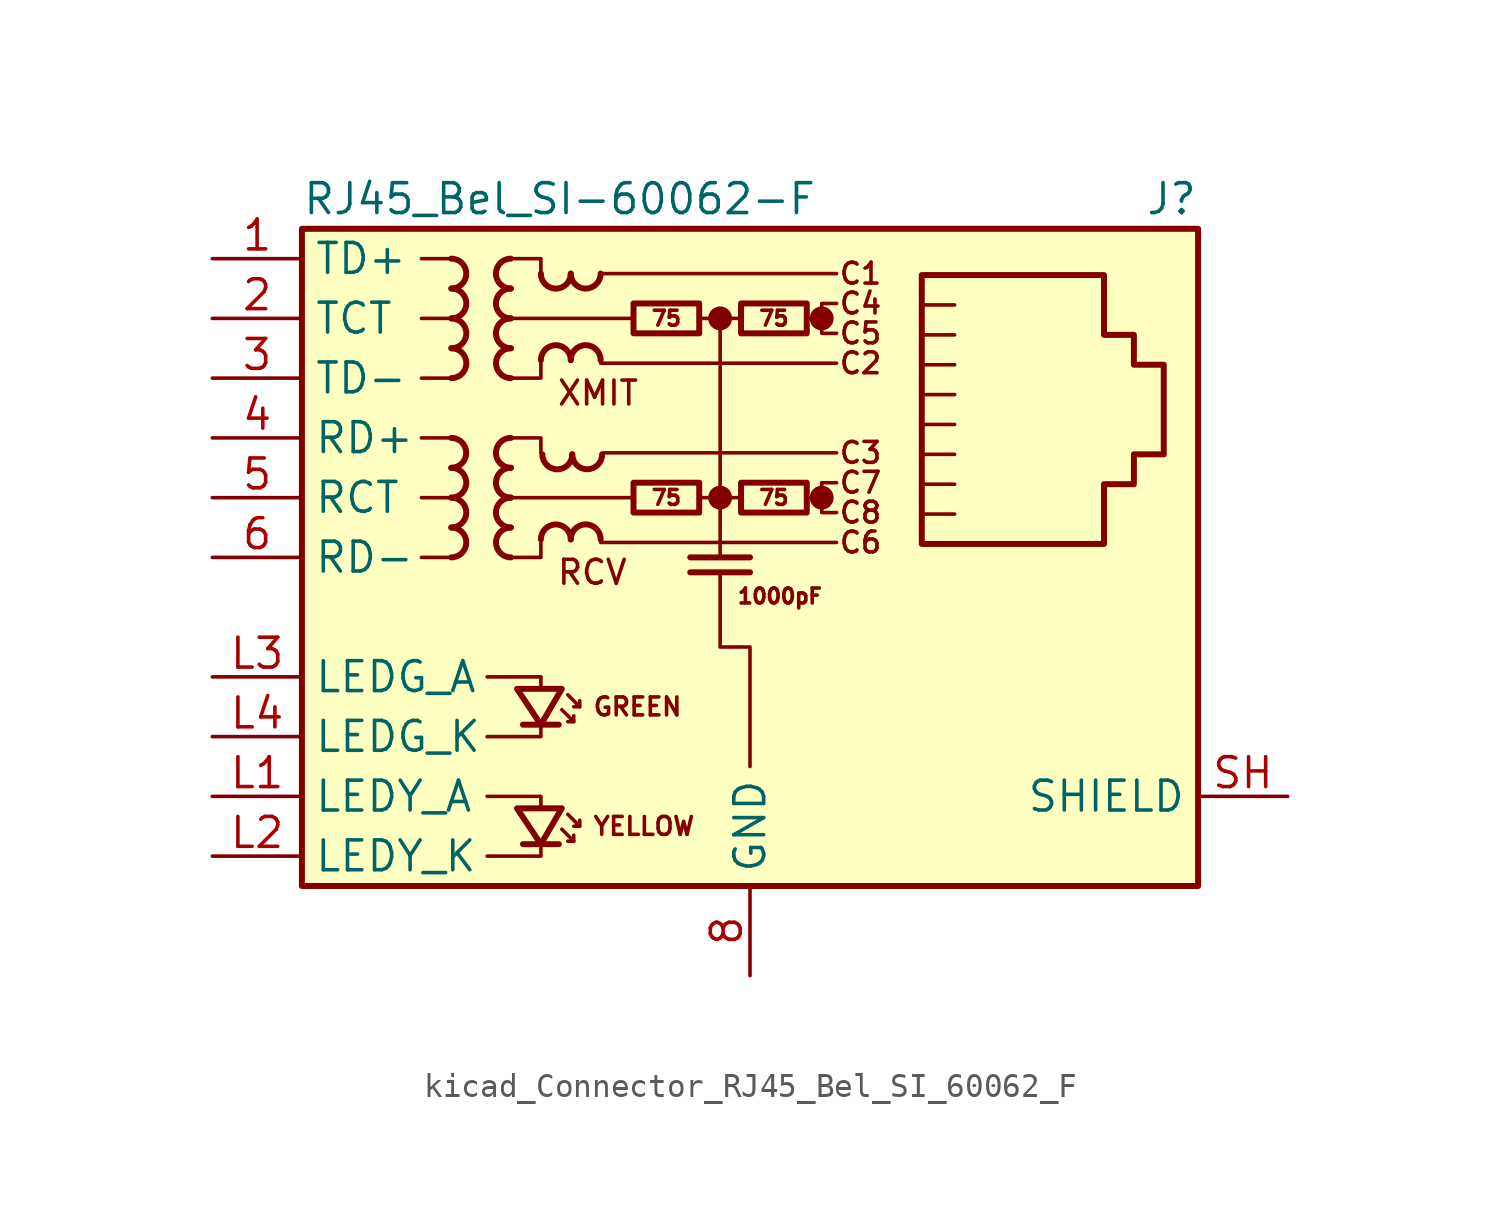
<source format=kicad_sym>
(kicad_symbol_lib
  (version 20220914)
  (generator kicad_symbol_editor)
  (symbol "kicad_Connector_RJ45_Bel_SI_60062_F"
    (property "Reference" "J"
      (at 19.05 15.24 0)
      (effects (font (size 1.27 1.27)) (justify right)))
    (property "Value" "RJ45_Bel_SI-60062-F"
      (at -19.05 15.24 0)
      (effects (font (size 1.27 1.27)) (justify left)))
    (symbol "kicad_Connector_RJ45_Bel_SI_60062_F_0_0"
      (circle (center -1.27 2.54) (radius 0.0001) (stroke (width 0.508) (type default)) (fill (type none)))
      (circle (center -1.27 10.16) (radius 0.0001) (stroke (width 0.508) (type default)) (fill (type none)))
      (polyline (pts (xy -1.27 10.16) (xy -1.27 0)) (stroke (width 0) (type default)) (fill (type none)))
      (polyline (pts (xy 0 -0.635) (xy -2.54 -0.635)) (stroke (width 0.254) (type default)) (fill (type none)))
      (polyline (pts (xy 0 0) (xy -2.54 0)) (stroke (width 0.254) (type default)) (fill (type none)))
      (polyline (pts (xy 3.048 2.54) (xy 2.54 2.54)) (stroke (width 0) (type default)) (fill (type none)))
      (polyline (pts (xy 3.048 10.16) (xy 2.54 10.16)) (stroke (width 0) (type default)) (fill (type none)))
      (polyline (pts (xy -11.176 -12.7) (xy -8.89 -12.7) (xy -8.89 -12.065)) (stroke (width 0) (type default)) (fill (type none)))
      (polyline (pts (xy -11.176 -10.16) (xy -8.89 -10.16) (xy -8.89 -10.668)) (stroke (width 0) (type default)) (fill (type none)))
      (polyline (pts (xy -11.176 -5.08) (xy -8.89 -5.08) (xy -8.89 -5.588)) (stroke (width 0) (type default)) (fill (type none)))
      (polyline (pts (xy -8.89 -6.985) (xy -8.89 -7.62) (xy -11.176 -7.62)) (stroke (width 0) (type default)) (fill (type none)))
      (polyline (pts (xy -1.27 -0.635) (xy -1.27 -3.81) (xy 0 -3.81) (xy 0 -8.89)) (stroke (width 0) (type default)) (fill (type none)))
      (polyline (pts (xy 3.683 3.175) (xy 3.048 3.175) (xy 3.048 1.905) (xy 3.683 1.905)) (stroke (width 0) (type default)) (fill (type none)))
      (polyline (pts (xy 3.683 10.795) (xy 3.048 10.795) (xy 3.048 9.525) (xy 3.683 9.525)) (stroke (width 0) (type default)) (fill (type none)))
      (circle (center 3.048 2.54) (radius 0.0001) (stroke (width 0.508) (type default)) (fill (type none)))
      (circle (center 3.048 10.16) (radius 0.0001) (stroke (width 0.508) (type default)) (fill (type none)))
      (text "C1" (at 4.699 12.065 0) (effects (font (size 0.889 0.889))))
      (text "C2" (at 4.699 8.255 0) (effects (font (size 0.889 0.889))))
      (text "C3" (at 4.699 4.445 0) (effects (font (size 0.889 0.889))))
      (text "C4" (at 4.699 10.795 0) (effects (font (size 0.889 0.889))))
      (text "C5" (at 4.699 9.525 0) (effects (font (size 0.889 0.889))))
      (text "C6" (at 4.699 0.635 0) (effects (font (size 0.889 0.889))))
      (text "C7" (at 4.699 3.175 0) (effects (font (size 0.889 0.889))))
      (text "C8" (at 4.699 1.905 0) (effects (font (size 0.889 0.889))))
      (text "GREEN" (at -6.731 -6.35 0) (effects (font (size 0.762 0.762)) (justify left)))
      (text "RCV" (at -8.255 -0.635 0) (effects (font (size 1.016 1.016)) (justify left)))
      (text "XMIT" (at -8.255 6.985 0) (effects (font (size 1.016 1.016)) (justify left)))
      (text "YELLOW" (at -6.731 -11.43 0) (effects (font (size 0.762 0.762)) (justify left))))
    (symbol "kicad_Connector_RJ45_Bel_SI_60062_F_0_1"
      (rectangle (start -19.05 -13.97) (end 19.05 13.97) (stroke (width 0.254) (type default)) (fill (type background)))
      (polyline (pts (xy -12.7 0) (xy -13.97 0)) (stroke (width 0) (type default)) (fill (type none)))
      (polyline (pts (xy -12.7 2.54) (xy -13.97 2.54)) (stroke (width 0) (type default)) (fill (type none)))
      (polyline (pts (xy -12.7 5.08) (xy -13.97 5.08)) (stroke (width 0) (type default)) (fill (type none)))
      (polyline (pts (xy -12.7 7.62) (xy -13.97 7.62)) (stroke (width 0) (type default)) (fill (type none)))
      (polyline (pts (xy -12.7 10.16) (xy -13.97 10.16)) (stroke (width 0) (type default)) (fill (type none)))
      (polyline (pts (xy -12.7 12.7) (xy -13.97 12.7)) (stroke (width 0) (type default)) (fill (type none)))
      (polyline (pts (xy -6.35 0.635) (xy 3.683 0.635)) (stroke (width 0) (type default)) (fill (type none)))
      (polyline (pts (xy -6.35 8.255) (xy 3.683 8.255)) (stroke (width 0) (type default)) (fill (type none)))
      (polyline (pts (xy -6.35 12.065) (xy 3.683 12.065)) (stroke (width 0) (type default)) (fill (type none)))
      (polyline (pts (xy -6.223 4.445) (xy 3.683 4.445)) (stroke (width 0) (type default)) (fill (type none)))
      (polyline (pts (xy -5.08 2.54) (xy -10.16 2.54)) (stroke (width 0) (type default)) (fill (type none)))
      (polyline (pts (xy -4.953 10.16) (xy -10.16 10.16)) (stroke (width 0) (type default)) (fill (type none)))
      (polyline (pts (xy -2.159 2.54) (xy -0.381 2.54)) (stroke (width 0) (type default)) (fill (type none)))
      (polyline (pts (xy -2.159 10.16) (xy -0.381 10.16)) (stroke (width 0) (type default)) (fill (type none)))
      (polyline (pts (xy 7.429 3.111) (xy 8.7 3.111)) (stroke (width 0) (type default)) (fill (type none)))
      (polyline (pts (xy 7.429 4.381) (xy 8.7 4.381)) (stroke (width 0) (type default)) (fill (type none)))
      (polyline (pts (xy 7.429 5.652) (xy 8.7 5.652)) (stroke (width 0) (type default)) (fill (type none)))
      (polyline (pts (xy 7.429 6.921) (xy 8.7 6.921)) (stroke (width 0) (type default)) (fill (type none)))
      (polyline (pts (xy 7.429 8.191) (xy 8.7 8.191)) (stroke (width 0) (type default)) (fill (type none)))
      (polyline (pts (xy 8.7 1.841) (xy 7.429 1.841)) (stroke (width 0) (type default)) (fill (type none)))
      (polyline (pts (xy 8.7 9.461) (xy 7.429 9.461)) (stroke (width 0) (type default)) (fill (type none)))
      (polyline (pts (xy 8.7 10.732) (xy 7.429 10.732)) (stroke (width 0) (type default)) (fill (type none)))
      (polyline (pts (xy -10.16 5.08) (xy -8.89 5.08) (xy -8.89 4.445)) (stroke (width 0) (type default)) (fill (type none)))
      (polyline (pts (xy -10.16 12.7) (xy -8.89 12.7) (xy -8.89 12.065)) (stroke (width 0) (type default)) (fill (type none)))
      (polyline (pts (xy -8.89 0.635) (xy -8.89 0) (xy -10.16 0)) (stroke (width 0) (type default)) (fill (type none)))
      (polyline (pts (xy -8.89 8.255) (xy -8.89 7.62) (xy -10.16 7.62)) (stroke (width 0) (type default)) (fill (type none))))
    (symbol "kicad_Connector_RJ45_Bel_SI_60062_F_1_0"
      (text "1000pF" (at 1.27 -1.651 0) (effects (font (size 0.635 0.635)))))
    (symbol "kicad_Connector_RJ45_Bel_SI_60062_F_1_1"
      (arc (start -12.7 3.81) (mid -12.0677 4.445) (end -12.7 5.08) (stroke (width 0.254) (type default)) (fill (type none)))
      (arc (start -12.6973 0) (mid -12.065 0.635) (end -12.6973 1.27) (stroke (width 0.254) (type default)) (fill (type none)))
      (arc (start -12.6973 1.27) (mid -12.065 1.905) (end -12.6973 2.54) (stroke (width 0.254) (type default)) (fill (type none)))
      (arc (start -12.6973 2.54) (mid -12.065 3.175) (end -12.6973 3.81) (stroke (width 0.254) (type default)) (fill (type none)))
      (arc (start -12.6973 11.43) (mid -12.065 12.065) (end -12.6973 12.7) (stroke (width 0.254) (type default)) (fill (type none)))
      (arc (start -12.6946 7.62) (mid -12.0623 8.255) (end -12.6946 8.89) (stroke (width 0.254) (type default)) (fill (type none)))
      (arc (start -12.6946 8.89) (mid -12.0623 9.525) (end -12.6946 10.16) (stroke (width 0.254) (type default)) (fill (type none)))
      (arc (start -12.6946 10.16) (mid -12.0623 10.795) (end -12.6946 11.43) (stroke (width 0.254) (type default)) (fill (type none)))
      (arc (start -10.1654 2.54) (mid -10.7977 1.905) (end -10.1654 1.27) (stroke (width 0.254) (type default)) (fill (type none)))
      (arc (start -10.1654 3.81) (mid -10.7977 3.175) (end -10.1654 2.54) (stroke (width 0.254) (type default)) (fill (type none)))
      (arc (start -10.1654 5.08) (mid -10.7977 4.445) (end -10.1654 3.81) (stroke (width 0.254) (type default)) (fill (type none)))
      (arc (start -10.1654 10.16) (mid -10.7977 9.525) (end -10.1654 8.89) (stroke (width 0.254) (type default)) (fill (type none)))
      (arc (start -10.1654 11.43) (mid -10.7977 10.795) (end -10.1654 10.16) (stroke (width 0.254) (type default)) (fill (type none)))
      (arc (start -10.1654 12.7) (mid -10.7977 12.065) (end -10.1654 11.43) (stroke (width 0.254) (type default)) (fill (type none)))
      (arc (start -10.1627 1.27) (mid -10.795 0.635) (end -10.1627 0) (stroke (width 0.254) (type default)) (fill (type none)))
      (arc (start -10.1627 8.89) (mid -10.795 8.255) (end -10.1627 7.62) (stroke (width 0.254) (type default)) (fill (type none)))
      (arc (start -8.89 12.0623) (mid -8.255 11.43) (end -7.62 12.0623) (stroke (width 0.254) (type default)) (fill (type none)))
      (arc (start -8.8265 4.3788) (mid -8.1915 3.7465) (end -7.5565 4.3788) (stroke (width 0.254) (type default)) (fill (type none)))
      (arc (start -7.62 0.7647) (mid -8.255 1.397) (end -8.89 0.7647) (stroke (width 0.254) (type default)) (fill (type none)))
      (arc (start -7.62 8.3847) (mid -8.255 9.017) (end -8.89 8.3847) (stroke (width 0.254) (type default)) (fill (type none)))
      (arc (start -7.62 12.065) (mid -6.985 11.4327) (end -6.35 12.065) (stroke (width 0.254) (type default)) (fill (type none)))
      (arc (start -7.5565 4.3815) (mid -6.9215 3.7492) (end -6.2865 4.3815) (stroke (width 0.254) (type default)) (fill (type none)))
      (arc (start -6.35 0.7674) (mid -6.985 1.3997) (end -7.62 0.7674) (stroke (width 0.254) (type default)) (fill (type none)))
      (arc (start -6.35 8.3874) (mid -6.985 9.0197) (end -7.62 8.3874) (stroke (width 0.254) (type default)) (fill (type none)))
      (rectangle (start -4.953 3.175) (end -2.159 1.905) (stroke (width 0.254) (type default)) (fill (type none)))
      (rectangle (start -4.953 10.795) (end -2.159 9.525) (stroke (width 0.254) (type default)) (fill (type none)))
      (rectangle (start -0.381 3.175) (end 2.413 1.905) (stroke (width 0.254) (type default)) (fill (type none)))
      (rectangle (start -0.381 10.795) (end 2.413 9.525) (stroke (width 0.254) (type default)) (fill (type none)))
      (polyline (pts (xy -8.128 -12.192) (xy -9.652 -12.192)) (stroke (width 0.254) (type default)) (fill (type none)))
      (polyline (pts (xy -8.128 -7.112) (xy -9.652 -7.112)) (stroke (width 0.254) (type default)) (fill (type none)))
      (polyline (pts (xy -7.493 -12.065) (xy -7.493 -11.811)) (stroke (width 0) (type default)) (fill (type none)))
      (polyline (pts (xy -7.493 -6.985) (xy -7.493 -6.731)) (stroke (width 0) (type default)) (fill (type none)))
      (polyline (pts (xy -7.239 -11.43) (xy -7.239 -11.176)) (stroke (width 0) (type default)) (fill (type none)))
      (polyline (pts (xy -7.239 -6.35) (xy -7.239 -6.096)) (stroke (width 0) (type default)) (fill (type none)))
      (polyline (pts (xy -8.001 -11.557) (xy -7.493 -12.065) (xy -7.747 -12.065)) (stroke (width 0) (type default)) (fill (type none)))
      (polyline (pts (xy -8.001 -6.477) (xy -7.493 -6.985) (xy -7.747 -6.985)) (stroke (width 0) (type default)) (fill (type none)))
      (polyline (pts (xy -7.747 -10.922) (xy -7.239 -11.43) (xy -7.493 -11.43)) (stroke (width 0) (type default)) (fill (type none)))
      (polyline (pts (xy -7.747 -5.842) (xy -7.239 -6.35) (xy -7.493 -6.35)) (stroke (width 0) (type default)) (fill (type none)))
      (polyline (pts (xy -8.001 -10.668) (xy -9.906 -10.668) (xy -8.89 -12.192) (xy -8.001 -10.668)) (stroke (width 0.254) (type default)) (fill (type none)))
      (polyline (pts (xy -8.001 -5.588) (xy -9.906 -5.588) (xy -8.89 -7.112) (xy -8.001 -5.588)) (stroke (width 0.254) (type default)) (fill (type none)))
      (polyline (pts (xy 7.303 0.572) (xy 7.303 12.002) (xy 15.05 12.002) (xy 15.05 9.461) (xy 16.32 9.461) (xy 16.32 8.191) (xy 17.59 8.191) (xy 17.59 4.381) (xy 16.32 4.381) (xy 16.32 3.111) (xy 15.05 3.111) (xy 15.05 0.572) (xy 7.303 0.572)) (stroke (width 0.254) (type default)) (fill (type none)))
      (text "75" (at -3.556 2.54 0) (effects (font (size 0.635 0.635))))
      (text "75" (at -3.556 10.16 0) (effects (font (size 0.635 0.635))))
      (text "75" (at 1.016 2.54 0) (effects (font (size 0.635 0.635))))
      (text "75" (at 1.016 10.16 0) (effects (font (size 0.635 0.635))))
      (pin passive line (at -22.86 12.7 0) (length 3.81) (name "TD+" (effects (font (size 1.27 1.27)))) (number "1" (effects (font (size 1.27 1.27)))))
      (pin passive line (at -22.86 10.16 0) (length 3.81) (name "TCT" (effects (font (size 1.27 1.27)))) (number "2" (effects (font (size 1.27 1.27)))))
      (pin passive line (at -22.86 7.62 0) (length 3.81) (name "TD-" (effects (font (size 1.27 1.27)))) (number "3" (effects (font (size 1.27 1.27)))))
      (pin passive line (at -22.86 5.08 0) (length 3.81) (name "RD+" (effects (font (size 1.27 1.27)))) (number "4" (effects (font (size 1.27 1.27)))))
      (pin passive line (at -22.86 2.54 0) (length 3.81) (name "RCT" (effects (font (size 1.27 1.27)))) (number "5" (effects (font (size 1.27 1.27)))))
      (pin passive line (at -22.86 0 0) (length 3.81) (name "RD-" (effects (font (size 1.27 1.27)))) (number "6" (effects (font (size 1.27 1.27)))))
      (pin power_in line (at 0 -17.78 90) (length 3.81) (name "GND" (effects (font (size 1.27 1.27)))) (number "8" (effects (font (size 1.27 1.27)))))
      (pin passive line (at -22.86 -10.16 0) (length 3.81) (name "LEDY_A" (effects (font (size 1.27 1.27)))) (number "L1" (effects (font (size 1.27 1.27)))))
      (pin passive line (at -22.86 -12.7 0) (length 3.81) (name "LEDY_K" (effects (font (size 1.27 1.27)))) (number "L2" (effects (font (size 1.27 1.27)))))
      (pin passive line (at -22.86 -5.08 0) (length 3.81) (name "LEDG_A" (effects (font (size 1.27 1.27)))) (number "L3" (effects (font (size 1.27 1.27)))))
      (pin passive line (at -22.86 -7.62 0) (length 3.81) (name "LEDG_K" (effects (font (size 1.27 1.27)))) (number "L4" (effects (font (size 1.27 1.27)))))
      (pin no_connect line (at 12.7 -5.08 0) (length 0) hide (name "NC" (effects (font (size 1.27 1.27)))) (number "R7" (effects (font (size 1.27 1.27)))))
      (pin passive line (at 22.86 -10.16 180) (length 3.81) (name "SHIELD" (effects (font (size 1.27 1.27)))) (number "SH" (effects (font (size 1.27 1.27))))))))
</source>
